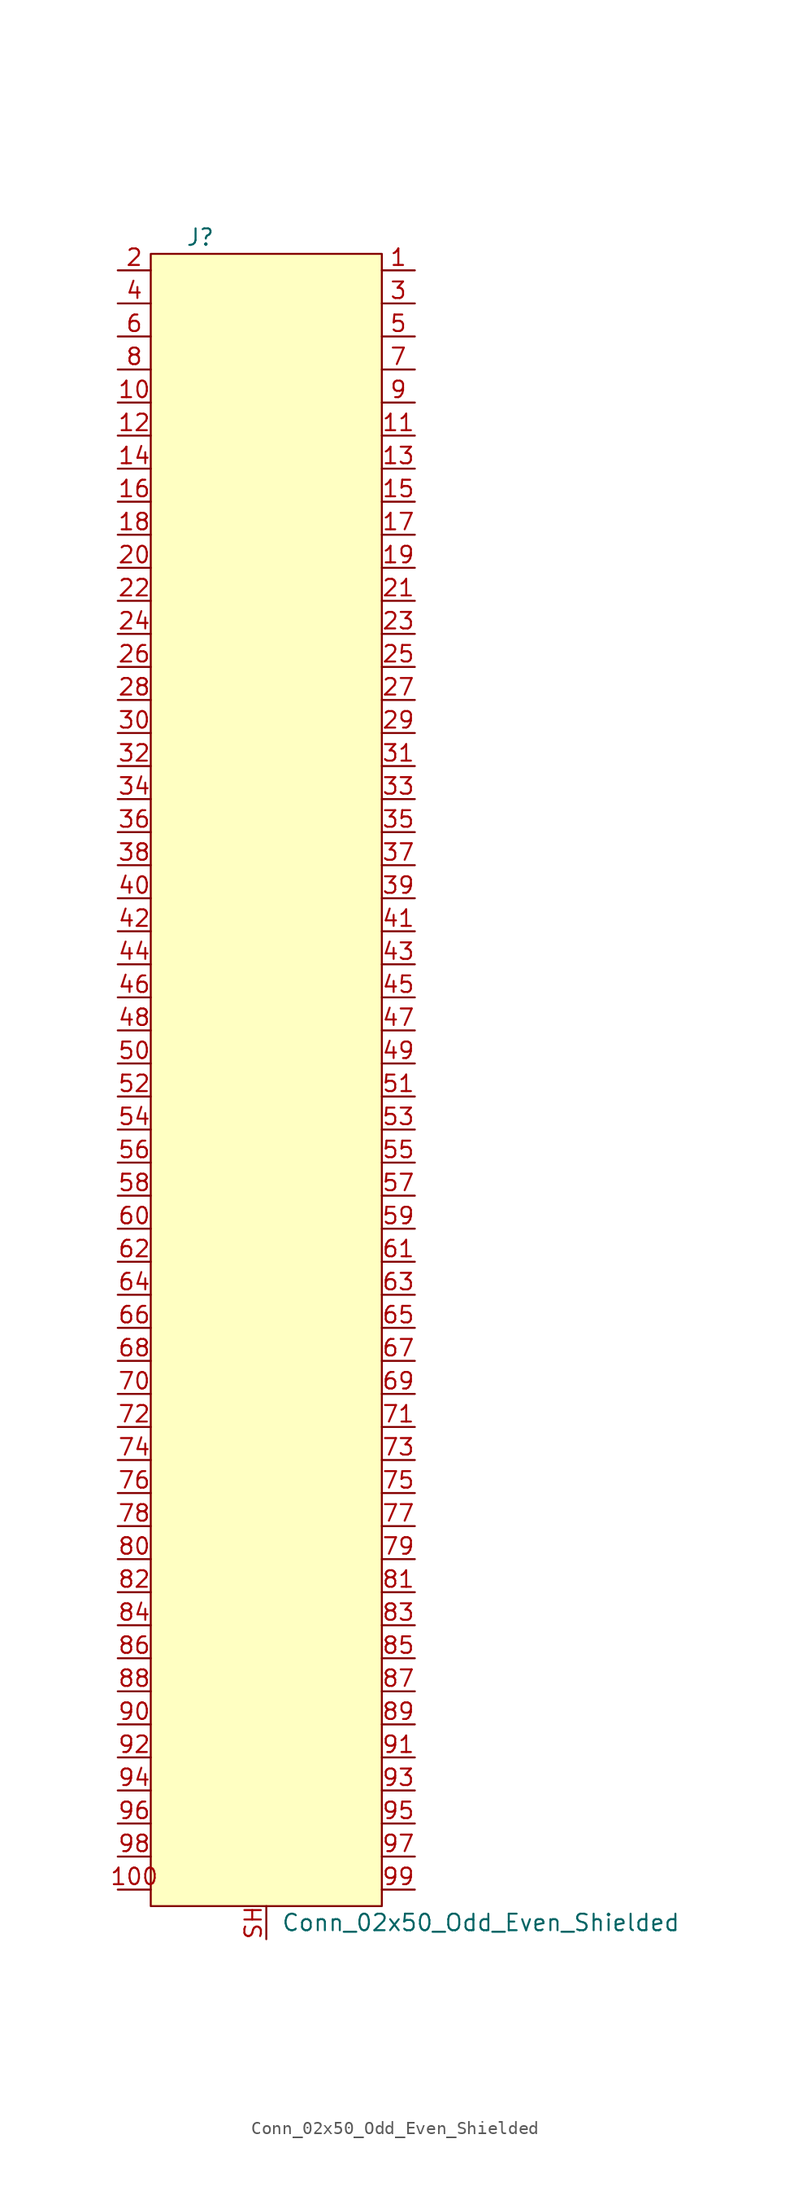
<source format=kicad_sym>
(kicad_symbol_lib
  (version 20220914)
  (generator kicad_symbol_editor)
  (symbol "Conn_02x50_Odd_Even_Shielded"
    (pin_names
      (offset 1.016) hide)
    (property "Reference" "J"
      (at -5.08 63.5 0)
      (effects (font (size 1.27 1.27))))
    (property "Value" "Conn_02x50_Odd_Even_Shielded"
      (at 16.51 -66.04 0)
      (effects (font (size 1.27 1.27))))
    (symbol "Conn_02x50_Odd_Even_Shielded_0_1"
      (polyline (pts (xy -8.89 -63.5) (xy -8.89 -64.77) (xy 8.89 -64.77) (xy 8.89 62.23) (xy -8.89 62.23) (xy -8.89 -63.5)) (stroke (width 0) (type default)) (fill (type background))))
    (symbol "Conn_02x50_Odd_Even_Shielded_1_1"
      (pin passive line (at 11.43 60.96 180) (length 2.54) (name "~" (effects (font (size 1.27 1.27)))) (number "1" (effects (font (size 1.27 1.27)))))
      (pin passive line (at -11.43 50.8 0) (length 2.54) (name "~" (effects (font (size 1.27 1.27)))) (number "10" (effects (font (size 1.27 1.27)))))
      (pin passive line (at -11.43 -63.5 0) (length 2.54) (name "~" (effects (font (size 1.27 1.27)))) (number "100" (effects (font (size 1.27 1.27)))))
      (pin passive line (at 11.43 48.26 180) (length 2.54) (name "~" (effects (font (size 1.27 1.27)))) (number "11" (effects (font (size 1.27 1.27)))))
      (pin passive line (at -11.43 48.26 0) (length 2.54) (name "~" (effects (font (size 1.27 1.27)))) (number "12" (effects (font (size 1.27 1.27)))))
      (pin passive line (at 11.43 45.72 180) (length 2.54) (name "~" (effects (font (size 1.27 1.27)))) (number "13" (effects (font (size 1.27 1.27)))))
      (pin passive line (at -11.43 45.72 0) (length 2.54) (name "~" (effects (font (size 1.27 1.27)))) (number "14" (effects (font (size 1.27 1.27)))))
      (pin passive line (at 11.43 43.18 180) (length 2.54) (name "~" (effects (font (size 1.27 1.27)))) (number "15" (effects (font (size 1.27 1.27)))))
      (pin passive line (at -11.43 43.18 0) (length 2.54) (name "~" (effects (font (size 1.27 1.27)))) (number "16" (effects (font (size 1.27 1.27)))))
      (pin passive line (at 11.43 40.64 180) (length 2.54) (name "~" (effects (font (size 1.27 1.27)))) (number "17" (effects (font (size 1.27 1.27)))))
      (pin passive line (at -11.43 40.64 0) (length 2.54) (name "~" (effects (font (size 1.27 1.27)))) (number "18" (effects (font (size 1.27 1.27)))))
      (pin passive line (at 11.43 38.1 180) (length 2.54) (name "~" (effects (font (size 1.27 1.27)))) (number "19" (effects (font (size 1.27 1.27)))))
      (pin passive line (at -11.43 60.96 0) (length 2.54) (name "~" (effects (font (size 1.27 1.27)))) (number "2" (effects (font (size 1.27 1.27)))))
      (pin passive line (at -11.43 38.1 0) (length 2.54) (name "~" (effects (font (size 1.27 1.27)))) (number "20" (effects (font (size 1.27 1.27)))))
      (pin passive line (at 11.43 35.56 180) (length 2.54) (name "~" (effects (font (size 1.27 1.27)))) (number "21" (effects (font (size 1.27 1.27)))))
      (pin passive line (at -11.43 35.56 0) (length 2.54) (name "~" (effects (font (size 1.27 1.27)))) (number "22" (effects (font (size 1.27 1.27)))))
      (pin passive line (at 11.43 33.02 180) (length 2.54) (name "~" (effects (font (size 1.27 1.27)))) (number "23" (effects (font (size 1.27 1.27)))))
      (pin passive line (at -11.43 33.02 0) (length 2.54) (name "~" (effects (font (size 1.27 1.27)))) (number "24" (effects (font (size 1.27 1.27)))))
      (pin passive line (at 11.43 30.48 180) (length 2.54) (name "~" (effects (font (size 1.27 1.27)))) (number "25" (effects (font (size 1.27 1.27)))))
      (pin passive line (at -11.43 30.48 0) (length 2.54) (name "~" (effects (font (size 1.27 1.27)))) (number "26" (effects (font (size 1.27 1.27)))))
      (pin passive line (at 11.43 27.94 180) (length 2.54) (name "~" (effects (font (size 1.27 1.27)))) (number "27" (effects (font (size 1.27 1.27)))))
      (pin passive line (at -11.43 27.94 0) (length 2.54) (name "~" (effects (font (size 1.27 1.27)))) (number "28" (effects (font (size 1.27 1.27)))))
      (pin passive line (at 11.43 25.4 180) (length 2.54) (name "~" (effects (font (size 1.27 1.27)))) (number "29" (effects (font (size 1.27 1.27)))))
      (pin passive line (at 11.43 58.42 180) (length 2.54) (name "~" (effects (font (size 1.27 1.27)))) (number "3" (effects (font (size 1.27 1.27)))))
      (pin passive line (at -11.43 25.4 0) (length 2.54) (name "~" (effects (font (size 1.27 1.27)))) (number "30" (effects (font (size 1.27 1.27)))))
      (pin passive line (at 11.43 22.86 180) (length 2.54) (name "~" (effects (font (size 1.27 1.27)))) (number "31" (effects (font (size 1.27 1.27)))))
      (pin passive line (at -11.43 22.86 0) (length 2.54) (name "~" (effects (font (size 1.27 1.27)))) (number "32" (effects (font (size 1.27 1.27)))))
      (pin passive line (at 11.43 20.32 180) (length 2.54) (name "~" (effects (font (size 1.27 1.27)))) (number "33" (effects (font (size 1.27 1.27)))))
      (pin passive line (at -11.43 20.32 0) (length 2.54) (name "~" (effects (font (size 1.27 1.27)))) (number "34" (effects (font (size 1.27 1.27)))))
      (pin passive line (at 11.43 17.78 180) (length 2.54) (name "~" (effects (font (size 1.27 1.27)))) (number "35" (effects (font (size 1.27 1.27)))))
      (pin passive line (at -11.43 17.78 0) (length 2.54) (name "~" (effects (font (size 1.27 1.27)))) (number "36" (effects (font (size 1.27 1.27)))))
      (pin passive line (at 11.43 15.24 180) (length 2.54) (name "~" (effects (font (size 1.27 1.27)))) (number "37" (effects (font (size 1.27 1.27)))))
      (pin passive line (at -11.43 15.24 0) (length 2.54) (name "~" (effects (font (size 1.27 1.27)))) (number "38" (effects (font (size 1.27 1.27)))))
      (pin passive line (at 11.43 12.7 180) (length 2.54) (name "~" (effects (font (size 1.27 1.27)))) (number "39" (effects (font (size 1.27 1.27)))))
      (pin passive line (at -11.43 58.42 0) (length 2.54) (name "~" (effects (font (size 1.27 1.27)))) (number "4" (effects (font (size 1.27 1.27)))))
      (pin passive line (at -11.43 12.7 0) (length 2.54) (name "~" (effects (font (size 1.27 1.27)))) (number "40" (effects (font (size 1.27 1.27)))))
      (pin passive line (at 11.43 10.16 180) (length 2.54) (name "~" (effects (font (size 1.27 1.27)))) (number "41" (effects (font (size 1.27 1.27)))))
      (pin passive line (at -11.43 10.16 0) (length 2.54) (name "~" (effects (font (size 1.27 1.27)))) (number "42" (effects (font (size 1.27 1.27)))))
      (pin passive line (at 11.43 7.62 180) (length 2.54) (name "~" (effects (font (size 1.27 1.27)))) (number "43" (effects (font (size 1.27 1.27)))))
      (pin passive line (at -11.43 7.62 0) (length 2.54) (name "~" (effects (font (size 1.27 1.27)))) (number "44" (effects (font (size 1.27 1.27)))))
      (pin passive line (at 11.43 5.08 180) (length 2.54) (name "~" (effects (font (size 1.27 1.27)))) (number "45" (effects (font (size 1.27 1.27)))))
      (pin passive line (at -11.43 5.08 0) (length 2.54) (name "~" (effects (font (size 1.27 1.27)))) (number "46" (effects (font (size 1.27 1.27)))))
      (pin passive line (at 11.43 2.54 180) (length 2.54) (name "~" (effects (font (size 1.27 1.27)))) (number "47" (effects (font (size 1.27 1.27)))))
      (pin passive line (at -11.43 2.54 0) (length 2.54) (name "~" (effects (font (size 1.27 1.27)))) (number "48" (effects (font (size 1.27 1.27)))))
      (pin passive line (at 11.43 0 180) (length 2.54) (name "~" (effects (font (size 1.27 1.27)))) (number "49" (effects (font (size 1.27 1.27)))))
      (pin passive line (at 11.43 55.88 180) (length 2.54) (name "~" (effects (font (size 1.27 1.27)))) (number "5" (effects (font (size 1.27 1.27)))))
      (pin passive line (at -11.43 0 0) (length 2.54) (name "~" (effects (font (size 1.27 1.27)))) (number "50" (effects (font (size 1.27 1.27)))))
      (pin passive line (at 11.43 -2.54 180) (length 2.54) (name "~" (effects (font (size 1.27 1.27)))) (number "51" (effects (font (size 1.27 1.27)))))
      (pin passive line (at -11.43 -2.54 0) (length 2.54) (name "~" (effects (font (size 1.27 1.27)))) (number "52" (effects (font (size 1.27 1.27)))))
      (pin passive line (at 11.43 -5.08 180) (length 2.54) (name "~" (effects (font (size 1.27 1.27)))) (number "53" (effects (font (size 1.27 1.27)))))
      (pin passive line (at -11.43 -5.08 0) (length 2.54) (name "~" (effects (font (size 1.27 1.27)))) (number "54" (effects (font (size 1.27 1.27)))))
      (pin passive line (at 11.43 -7.62 180) (length 2.54) (name "~" (effects (font (size 1.27 1.27)))) (number "55" (effects (font (size 1.27 1.27)))))
      (pin passive line (at -11.43 -7.62 0) (length 2.54) (name "~" (effects (font (size 1.27 1.27)))) (number "56" (effects (font (size 1.27 1.27)))))
      (pin passive line (at 11.43 -10.16 180) (length 2.54) (name "~" (effects (font (size 1.27 1.27)))) (number "57" (effects (font (size 1.27 1.27)))))
      (pin passive line (at -11.43 -10.16 0) (length 2.54) (name "~" (effects (font (size 1.27 1.27)))) (number "58" (effects (font (size 1.27 1.27)))))
      (pin passive line (at 11.43 -12.7 180) (length 2.54) (name "~" (effects (font (size 1.27 1.27)))) (number "59" (effects (font (size 1.27 1.27)))))
      (pin passive line (at -11.43 55.88 0) (length 2.54) (name "~" (effects (font (size 1.27 1.27)))) (number "6" (effects (font (size 1.27 1.27)))))
      (pin passive line (at -11.43 -12.7 0) (length 2.54) (name "~" (effects (font (size 1.27 1.27)))) (number "60" (effects (font (size 1.27 1.27)))))
      (pin passive line (at 11.43 -15.24 180) (length 2.54) (name "~" (effects (font (size 1.27 1.27)))) (number "61" (effects (font (size 1.27 1.27)))))
      (pin passive line (at -11.43 -15.24 0) (length 2.54) (name "~" (effects (font (size 1.27 1.27)))) (number "62" (effects (font (size 1.27 1.27)))))
      (pin passive line (at 11.43 -17.78 180) (length 2.54) (name "~" (effects (font (size 1.27 1.27)))) (number "63" (effects (font (size 1.27 1.27)))))
      (pin passive line (at -11.43 -17.78 0) (length 2.54) (name "~" (effects (font (size 1.27 1.27)))) (number "64" (effects (font (size 1.27 1.27)))))
      (pin passive line (at 11.43 -20.32 180) (length 2.54) (name "~" (effects (font (size 1.27 1.27)))) (number "65" (effects (font (size 1.27 1.27)))))
      (pin passive line (at -11.43 -20.32 0) (length 2.54) (name "~" (effects (font (size 1.27 1.27)))) (number "66" (effects (font (size 1.27 1.27)))))
      (pin passive line (at 11.43 -22.86 180) (length 2.54) (name "~" (effects (font (size 1.27 1.27)))) (number "67" (effects (font (size 1.27 1.27)))))
      (pin passive line (at -11.43 -22.86 0) (length 2.54) (name "~" (effects (font (size 1.27 1.27)))) (number "68" (effects (font (size 1.27 1.27)))))
      (pin passive line (at 11.43 -25.4 180) (length 2.54) (name "~" (effects (font (size 1.27 1.27)))) (number "69" (effects (font (size 1.27 1.27)))))
      (pin passive line (at 11.43 53.34 180) (length 2.54) (name "~" (effects (font (size 1.27 1.27)))) (number "7" (effects (font (size 1.27 1.27)))))
      (pin passive line (at -11.43 -25.4 0) (length 2.54) (name "~" (effects (font (size 1.27 1.27)))) (number "70" (effects (font (size 1.27 1.27)))))
      (pin passive line (at 11.43 -27.94 180) (length 2.54) (name "~" (effects (font (size 1.27 1.27)))) (number "71" (effects (font (size 1.27 1.27)))))
      (pin passive line (at -11.43 -27.94 0) (length 2.54) (name "~" (effects (font (size 1.27 1.27)))) (number "72" (effects (font (size 1.27 1.27)))))
      (pin passive line (at 11.43 -30.48 180) (length 2.54) (name "~" (effects (font (size 1.27 1.27)))) (number "73" (effects (font (size 1.27 1.27)))))
      (pin passive line (at -11.43 -30.48 0) (length 2.54) (name "~" (effects (font (size 1.27 1.27)))) (number "74" (effects (font (size 1.27 1.27)))))
      (pin passive line (at 11.43 -33.02 180) (length 2.54) (name "~" (effects (font (size 1.27 1.27)))) (number "75" (effects (font (size 1.27 1.27)))))
      (pin passive line (at -11.43 -33.02 0) (length 2.54) (name "~" (effects (font (size 1.27 1.27)))) (number "76" (effects (font (size 1.27 1.27)))))
      (pin passive line (at 11.43 -35.56 180) (length 2.54) (name "~" (effects (font (size 1.27 1.27)))) (number "77" (effects (font (size 1.27 1.27)))))
      (pin passive line (at -11.43 -35.56 0) (length 2.54) (name "~" (effects (font (size 1.27 1.27)))) (number "78" (effects (font (size 1.27 1.27)))))
      (pin passive line (at 11.43 -38.1 180) (length 2.54) (name "~" (effects (font (size 1.27 1.27)))) (number "79" (effects (font (size 1.27 1.27)))))
      (pin passive line (at -11.43 53.34 0) (length 2.54) (name "~" (effects (font (size 1.27 1.27)))) (number "8" (effects (font (size 1.27 1.27)))))
      (pin passive line (at -11.43 -38.1 0) (length 2.54) (name "~" (effects (font (size 1.27 1.27)))) (number "80" (effects (font (size 1.27 1.27)))))
      (pin passive line (at 11.43 -40.64 180) (length 2.54) (name "~" (effects (font (size 1.27 1.27)))) (number "81" (effects (font (size 1.27 1.27)))))
      (pin passive line (at -11.43 -40.64 0) (length 2.54) (name "~" (effects (font (size 1.27 1.27)))) (number "82" (effects (font (size 1.27 1.27)))))
      (pin passive line (at 11.43 -43.18 180) (length 2.54) (name "~" (effects (font (size 1.27 1.27)))) (number "83" (effects (font (size 1.27 1.27)))))
      (pin passive line (at -11.43 -43.18 0) (length 2.54) (name "~" (effects (font (size 1.27 1.27)))) (number "84" (effects (font (size 1.27 1.27)))))
      (pin passive line (at 11.43 -45.72 180) (length 2.54) (name "~" (effects (font (size 1.27 1.27)))) (number "85" (effects (font (size 1.27 1.27)))))
      (pin passive line (at -11.43 -45.72 0) (length 2.54) (name "~" (effects (font (size 1.27 1.27)))) (number "86" (effects (font (size 1.27 1.27)))))
      (pin passive line (at 11.43 -48.26 180) (length 2.54) (name "~" (effects (font (size 1.27 1.27)))) (number "87" (effects (font (size 1.27 1.27)))))
      (pin passive line (at -11.43 -48.26 0) (length 2.54) (name "~" (effects (font (size 1.27 1.27)))) (number "88" (effects (font (size 1.27 1.27)))))
      (pin passive line (at 11.43 -50.8 180) (length 2.54) (name "~" (effects (font (size 1.27 1.27)))) (number "89" (effects (font (size 1.27 1.27)))))
      (pin passive line (at 11.43 50.8 180) (length 2.54) (name "~" (effects (font (size 1.27 1.27)))) (number "9" (effects (font (size 1.27 1.27)))))
      (pin passive line (at -11.43 -50.8 0) (length 2.54) (name "~" (effects (font (size 1.27 1.27)))) (number "90" (effects (font (size 1.27 1.27)))))
      (pin passive line (at 11.43 -53.34 180) (length 2.54) (name "~" (effects (font (size 1.27 1.27)))) (number "91" (effects (font (size 1.27 1.27)))))
      (pin passive line (at -11.43 -53.34 0) (length 2.54) (name "~" (effects (font (size 1.27 1.27)))) (number "92" (effects (font (size 1.27 1.27)))))
      (pin passive line (at 11.43 -55.88 180) (length 2.54) (name "~" (effects (font (size 1.27 1.27)))) (number "93" (effects (font (size 1.27 1.27)))))
      (pin passive line (at -11.43 -55.88 0) (length 2.54) (name "~" (effects (font (size 1.27 1.27)))) (number "94" (effects (font (size 1.27 1.27)))))
      (pin passive line (at 11.43 -58.42 180) (length 2.54) (name "~" (effects (font (size 1.27 1.27)))) (number "95" (effects (font (size 1.27 1.27)))))
      (pin passive line (at -11.43 -58.42 0) (length 2.54) (name "~" (effects (font (size 1.27 1.27)))) (number "96" (effects (font (size 1.27 1.27)))))
      (pin passive line (at 11.43 -60.96 180) (length 2.54) (name "~" (effects (font (size 1.27 1.27)))) (number "97" (effects (font (size 1.27 1.27)))))
      (pin passive line (at -11.43 -60.96 0) (length 2.54) (name "~" (effects (font (size 1.27 1.27)))) (number "98" (effects (font (size 1.27 1.27)))))
      (pin passive line (at 11.43 -63.5 180) (length 2.54) (name "~" (effects (font (size 1.27 1.27)))) (number "99" (effects (font (size 1.27 1.27)))))
      (pin passive line (at 0 -67.31 90) (length 2.54) (name "~" (effects (font (size 1.27 1.27)))) (number "SH" (effects (font (size 1.27 1.27))))))))
</source>
